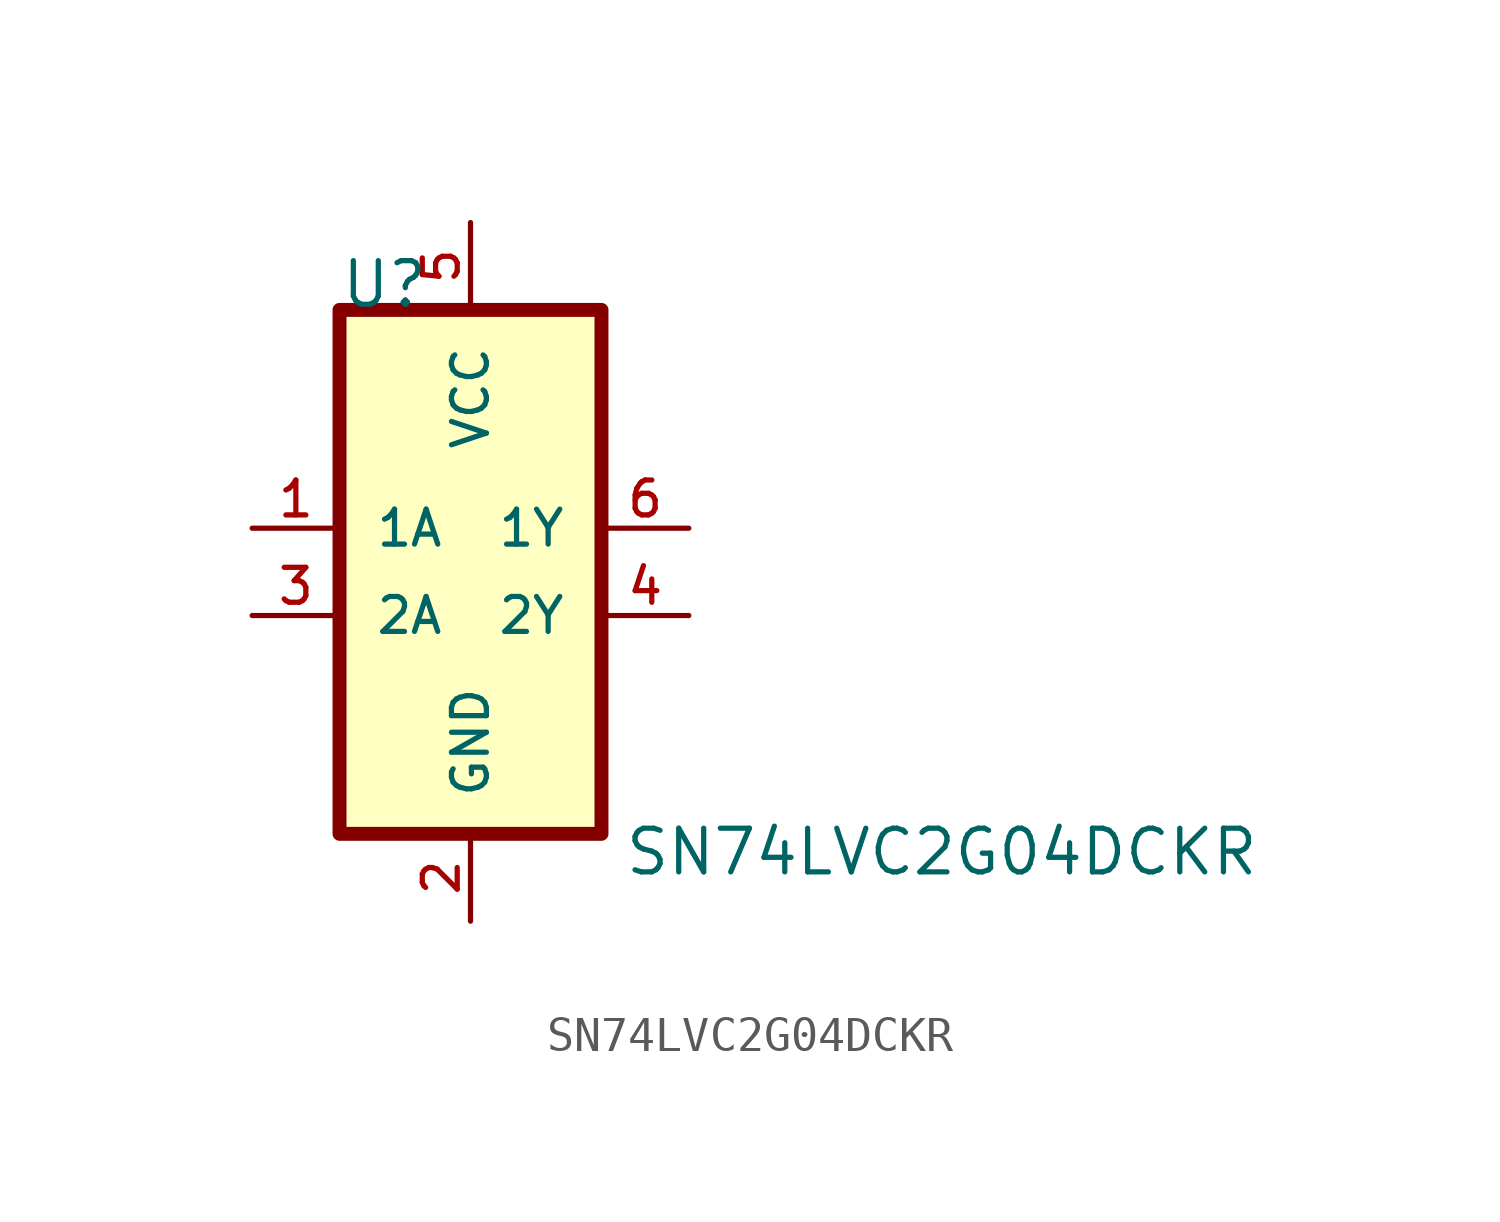
<source format=kicad_sym>
(kicad_symbol_lib
  (version 20211014)
  (generator kicad_symbol_editor)
  (symbol "SN74LVC2G04DCKR"
    (pin_names
      (offset 1.016))
    (property "Reference" "U"
      (at -3.81 7.62 0)
      (effects (font (size 1.27 1.27)) (justify left bottom)))
    (property "Value" "SN74LVC2G04DCKR"
      (at 4.445 -8.89 0)
      (effects (font (size 1.27 1.27)) (justify left bottom)))
    (property "ki_locked" ""
      (at 0 0 0)
      (effects (font (size 1.27 1.27))))
    (symbol "SN74LVC2G04DCKR_0_0"
      (rectangle (start -3.81 7.62) (end 3.81 -7.62) (stroke (width 0.406) (type default) (color 0 0 0 0)) (fill (type background)))
      (pin input line (at -6.35 1.27 0) (length 2.54) (name "1A" (effects (font (size 1.016 1.016)))) (number "1" (effects (font (size 1.016 1.016)))))
      (pin power_in line (at 0 -10.16 90) (length 2.54) (name "GND" (effects (font (size 1.016 1.016)))) (number "2" (effects (font (size 1.016 1.016)))))
      (pin input line (at -6.35 -1.27 0) (length 2.54) (name "2A" (effects (font (size 1.016 1.016)))) (number "3" (effects (font (size 1.016 1.016)))))
      (pin output line (at 6.35 -1.27 180) (length 2.54) (name "2Y" (effects (font (size 1.016 1.016)))) (number "4" (effects (font (size 1.016 1.016)))))
      (pin power_in line (at 0 10.16 270) (length 2.54) (name "VCC" (effects (font (size 1.016 1.016)))) (number "5" (effects (font (size 1.016 1.016)))))
      (pin output line (at 6.35 1.27 180) (length 2.54) (name "1Y" (effects (font (size 1.016 1.016)))) (number "6" (effects (font (size 1.016 1.016))))))))
</source>
